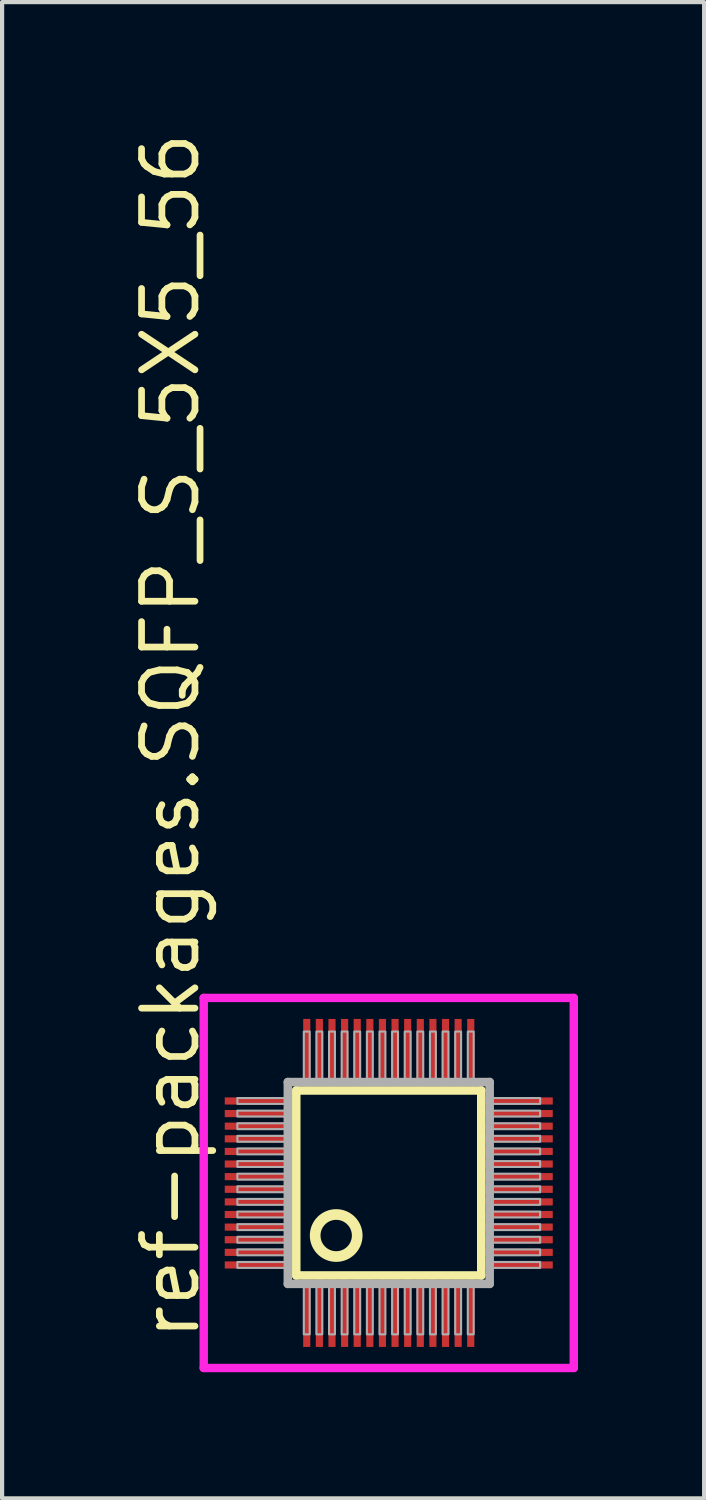
<source format=kicad_pcb>
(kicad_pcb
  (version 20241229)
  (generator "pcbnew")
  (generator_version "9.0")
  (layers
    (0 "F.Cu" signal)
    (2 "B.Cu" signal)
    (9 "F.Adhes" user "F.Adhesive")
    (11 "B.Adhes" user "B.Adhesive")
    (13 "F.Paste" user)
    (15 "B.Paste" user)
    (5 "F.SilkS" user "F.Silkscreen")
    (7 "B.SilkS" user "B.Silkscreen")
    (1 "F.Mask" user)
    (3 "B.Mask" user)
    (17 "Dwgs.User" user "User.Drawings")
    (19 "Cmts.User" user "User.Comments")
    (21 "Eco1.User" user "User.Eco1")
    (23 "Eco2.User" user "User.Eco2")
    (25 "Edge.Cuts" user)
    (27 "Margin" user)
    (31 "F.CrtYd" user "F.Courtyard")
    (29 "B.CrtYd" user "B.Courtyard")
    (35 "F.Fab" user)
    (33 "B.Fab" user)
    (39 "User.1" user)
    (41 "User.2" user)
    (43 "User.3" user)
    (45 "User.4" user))
  (footprint "ref-packages.SQFP_S_5X5_56"
    (layer "F.Cu")
    (at 6.195 25.082)
    (property "Reference" "ref-packages.SQFP_S_5X5_56" (at -4.445 3.81 90) (layer "F.SilkS") (effects (font (size 1.27 1.27) (thickness 0.16)) (justify left bottom)))
    (attr smd)
    (fp_line (start -2.2 -2.2) (end 2.2 -2.2) (stroke (width 0.203) (type default)) (layer "F.SilkS"))
    (fp_line (start -2.2 2.2) (end -2.2 -2.2) (stroke (width 0.203) (type default)) (layer "F.SilkS"))
    (fp_line (start 2.2 -2.2) (end 2.2 2.2) (stroke (width 0.203) (type default)) (layer "F.SilkS"))
    (fp_line (start 2.2 2.2) (end -2.2 2.2) (stroke (width 0.203) (type default)) (layer "F.SilkS"))
    (fp_circle (center -1.25 1.25) (end -0.75 1.25) (stroke (width 0.254) (type default)) (fill no) (layer "F.SilkS"))
    (fp_line (start -4.4 -4.4) (end 4.4 -4.4) (stroke (width 0.2) (type default)) (layer "F.CrtYd"))
    (fp_line (start -4.4 4.4) (end -4.4 -4.4) (stroke (width 0.2) (type default)) (layer "F.CrtYd"))
    (fp_line (start 4.4 -4.4) (end 4.4 4.4) (stroke (width 0.2) (type default)) (layer "F.CrtYd"))
    (fp_line (start 4.4 4.4) (end -4.4 4.4) (stroke (width 0.2) (type default)) (layer "F.CrtYd"))
    (fp_line (start -2.4 -2.4) (end -2.4 2.4) (stroke (width 0.203) (type default)) (layer "F.Fab"))
    (fp_line (start -2.4 2.4) (end 2.4 2.4) (stroke (width 0.203) (type default)) (layer "F.Fab"))
    (fp_line (start 2.4 -2.4) (end -2.4 -2.4) (stroke (width 0.203) (type default)) (layer "F.Fab"))
    (fp_line (start 2.4 2.4) (end 2.4 -2.4) (stroke (width 0.203) (type default)) (layer "F.Fab"))
    (fp_rect (start -3.6 -1.88) (end -2.45 -2.02) (stroke (width 0.05) (type default)) (fill no) (layer "F.Fab"))
    (fp_rect (start -3.6 -1.58) (end -2.45 -1.72) (stroke (width 0.05) (type default)) (fill no) (layer "F.Fab"))
    (fp_rect (start -3.6 -1.28) (end -2.45 -1.42) (stroke (width 0.05) (type default)) (fill no) (layer "F.Fab"))
    (fp_rect (start -3.6 -0.98) (end -2.45 -1.12) (stroke (width 0.05) (type default)) (fill no) (layer "F.Fab"))
    (fp_rect (start -3.6 -0.68) (end -2.45 -0.82) (stroke (width 0.05) (type default)) (fill no) (layer "F.Fab"))
    (fp_rect (start -3.6 -0.38) (end -2.45 -0.52) (stroke (width 0.05) (type default)) (fill no) (layer "F.Fab"))
    (fp_rect (start -3.6 -0.08) (end -2.45 -0.22) (stroke (width 0.05) (type default)) (fill no) (layer "F.Fab"))
    (fp_rect (start -3.6 0.22) (end -2.45 0.08) (stroke (width 0.05) (type default)) (fill no) (layer "F.Fab"))
    (fp_rect (start -3.6 0.52) (end -2.45 0.38) (stroke (width 0.05) (type default)) (fill no) (layer "F.Fab"))
    (fp_rect (start -3.6 0.82) (end -2.45 0.68) (stroke (width 0.05) (type default)) (fill no) (layer "F.Fab"))
    (fp_rect (start -3.6 1.12) (end -2.45 0.98) (stroke (width 0.05) (type default)) (fill no) (layer "F.Fab"))
    (fp_rect (start -3.6 1.42) (end -2.45 1.28) (stroke (width 0.05) (type default)) (fill no) (layer "F.Fab"))
    (fp_rect (start -3.6 1.72) (end -2.45 1.58) (stroke (width 0.05) (type default)) (fill no) (layer "F.Fab"))
    (fp_rect (start -3.6 2.02) (end -2.45 1.88) (stroke (width 0.05) (type default)) (fill no) (layer "F.Fab"))
    (fp_rect (start -2.02 -2.45) (end -1.88 -3.6) (stroke (width 0.05) (type default)) (fill no) (layer "F.Fab"))
    (fp_rect (start -2.02 3.6) (end -1.88 2.45) (stroke (width 0.05) (type default)) (fill no) (layer "F.Fab"))
    (fp_rect (start -1.72 -2.45) (end -1.58 -3.6) (stroke (width 0.05) (type default)) (fill no) (layer "F.Fab"))
    (fp_rect (start -1.72 3.6) (end -1.58 2.45) (stroke (width 0.05) (type default)) (fill no) (layer "F.Fab"))
    (fp_rect (start -1.42 -2.45) (end -1.28 -3.6) (stroke (width 0.05) (type default)) (fill no) (layer "F.Fab"))
    (fp_rect (start -1.42 3.6) (end -1.28 2.45) (stroke (width 0.05) (type default)) (fill no) (layer "F.Fab"))
    (fp_rect (start -1.12 -2.45) (end -0.98 -3.6) (stroke (width 0.05) (type default)) (fill no) (layer "F.Fab"))
    (fp_rect (start -1.12 3.6) (end -0.98 2.45) (stroke (width 0.05) (type default)) (fill no) (layer "F.Fab"))
    (fp_rect (start -0.82 -2.45) (end -0.68 -3.6) (stroke (width 0.05) (type default)) (fill no) (layer "F.Fab"))
    (fp_rect (start -0.82 3.6) (end -0.68 2.45) (stroke (width 0.05) (type default)) (fill no) (layer "F.Fab"))
    (fp_rect (start -0.52 -2.45) (end -0.38 -3.6) (stroke (width 0.05) (type default)) (fill no) (layer "F.Fab"))
    (fp_rect (start -0.52 3.6) (end -0.38 2.45) (stroke (width 0.05) (type default)) (fill no) (layer "F.Fab"))
    (fp_rect (start -0.22 -2.45) (end -0.08 -3.6) (stroke (width 0.05) (type default)) (fill no) (layer "F.Fab"))
    (fp_rect (start -0.22 3.6) (end -0.08 2.45) (stroke (width 0.05) (type default)) (fill no) (layer "F.Fab"))
    (fp_rect (start 0.08 -2.45) (end 0.22 -3.6) (stroke (width 0.05) (type default)) (fill no) (layer "F.Fab"))
    (fp_rect (start 0.08 3.6) (end 0.22 2.45) (stroke (width 0.05) (type default)) (fill no) (layer "F.Fab"))
    (fp_rect (start 0.38 -2.45) (end 0.52 -3.6) (stroke (width 0.05) (type default)) (fill no) (layer "F.Fab"))
    (fp_rect (start 0.38 3.6) (end 0.52 2.45) (stroke (width 0.05) (type default)) (fill no) (layer "F.Fab"))
    (fp_rect (start 0.68 -2.45) (end 0.82 -3.6) (stroke (width 0.05) (type default)) (fill no) (layer "F.Fab"))
    (fp_rect (start 0.68 3.6) (end 0.82 2.45) (stroke (width 0.05) (type default)) (fill no) (layer "F.Fab"))
    (fp_rect (start 0.98 -2.45) (end 1.12 -3.6) (stroke (width 0.05) (type default)) (fill no) (layer "F.Fab"))
    (fp_rect (start 0.98 3.6) (end 1.12 2.45) (stroke (width 0.05) (type default)) (fill no) (layer "F.Fab"))
    (fp_rect (start 1.28 -2.45) (end 1.42 -3.6) (stroke (width 0.05) (type default)) (fill no) (layer "F.Fab"))
    (fp_rect (start 1.28 3.6) (end 1.42 2.45) (stroke (width 0.05) (type default)) (fill no) (layer "F.Fab"))
    (fp_rect (start 1.58 -2.45) (end 1.72 -3.6) (stroke (width 0.05) (type default)) (fill no) (layer "F.Fab"))
    (fp_rect (start 1.58 3.6) (end 1.72 2.45) (stroke (width 0.05) (type default)) (fill no) (layer "F.Fab"))
    (fp_rect (start 1.88 -2.45) (end 2.02 -3.6) (stroke (width 0.05) (type default)) (fill no) (layer "F.Fab"))
    (fp_rect (start 1.88 3.6) (end 2.02 2.45) (stroke (width 0.05) (type default)) (fill no) (layer "F.Fab"))
    (fp_rect (start 2.45 -1.88) (end 3.6 -2.02) (stroke (width 0.05) (type default)) (fill no) (layer "F.Fab"))
    (fp_rect (start 2.45 -1.58) (end 3.6 -1.72) (stroke (width 0.05) (type default)) (fill no) (layer "F.Fab"))
    (fp_rect (start 2.45 -1.28) (end 3.6 -1.42) (stroke (width 0.05) (type default)) (fill no) (layer "F.Fab"))
    (fp_rect (start 2.45 -0.98) (end 3.6 -1.12) (stroke (width 0.05) (type default)) (fill no) (layer "F.Fab"))
    (fp_rect (start 2.45 -0.68) (end 3.6 -0.82) (stroke (width 0.05) (type default)) (fill no) (layer "F.Fab"))
    (fp_rect (start 2.45 -0.38) (end 3.6 -0.52) (stroke (width 0.05) (type default)) (fill no) (layer "F.Fab"))
    (fp_rect (start 2.45 -0.08) (end 3.6 -0.22) (stroke (width 0.05) (type default)) (fill no) (layer "F.Fab"))
    (fp_rect (start 2.45 0.22) (end 3.6 0.08) (stroke (width 0.05) (type default)) (fill no) (layer "F.Fab"))
    (fp_rect (start 2.45 0.52) (end 3.6 0.38) (stroke (width 0.05) (type default)) (fill no) (layer "F.Fab"))
    (fp_rect (start 2.45 0.82) (end 3.6 0.68) (stroke (width 0.05) (type default)) (fill no) (layer "F.Fab"))
    (fp_rect (start 2.45 1.12) (end 3.6 0.98) (stroke (width 0.05) (type default)) (fill no) (layer "F.Fab"))
    (fp_rect (start 2.45 1.42) (end 3.6 1.28) (stroke (width 0.05) (type default)) (fill no) (layer "F.Fab"))
    (fp_rect (start 2.45 1.72) (end 3.6 1.58) (stroke (width 0.05) (type default)) (fill no) (layer "F.Fab"))
    (fp_rect (start 2.45 2.02) (end 3.6 1.88) (stroke (width 0.05) (type default)) (fill no) (layer "F.Fab"))
    (pad "1" smd roundrect (at -1.95 3.1) (size 0.17 1.6) (layers "F.Cu" "F.Mask" "F.Paste") (roundrect_rratio 0.01))
    (pad "2" smd roundrect (at -1.65 3.1) (size 0.17 1.6) (layers "F.Cu" "F.Mask" "F.Paste") (roundrect_rratio 0.01))
    (pad "3" smd roundrect (at -1.35 3.1) (size 0.17 1.6) (layers "F.Cu" "F.Mask" "F.Paste") (roundrect_rratio 0.01))
    (pad "4" smd roundrect (at -1.05 3.1) (size 0.17 1.6) (layers "F.Cu" "F.Mask" "F.Paste") (roundrect_rratio 0.01))
    (pad "5" smd roundrect (at -0.75 3.1) (size 0.17 1.6) (layers "F.Cu" "F.Mask" "F.Paste") (roundrect_rratio 0.01))
    (pad "6" smd roundrect (at -0.45 3.1) (size 0.17 1.6) (layers "F.Cu" "F.Mask" "F.Paste") (roundrect_rratio 0.01))
    (pad "7" smd roundrect (at -0.15 3.1) (size 0.17 1.6) (layers "F.Cu" "F.Mask" "F.Paste") (roundrect_rratio 0.01))
    (pad "8" smd roundrect (at 0.15 3.1) (size 0.17 1.6) (layers "F.Cu" "F.Mask" "F.Paste") (roundrect_rratio 0.01))
    (pad "9" smd roundrect (at 0.45 3.1) (size 0.17 1.6) (layers "F.Cu" "F.Mask" "F.Paste") (roundrect_rratio 0.01))
    (pad "10" smd roundrect (at 0.75 3.1) (size 0.17 1.6) (layers "F.Cu" "F.Mask" "F.Paste") (roundrect_rratio 0.01))
    (pad "11" smd roundrect (at 1.05 3.1) (size 0.17 1.6) (layers "F.Cu" "F.Mask" "F.Paste") (roundrect_rratio 0.01))
    (pad "12" smd roundrect (at 1.35 3.1) (size 0.17 1.6) (layers "F.Cu" "F.Mask" "F.Paste") (roundrect_rratio 0.01))
    (pad "13" smd roundrect (at 1.65 3.1) (size 0.17 1.6) (layers "F.Cu" "F.Mask" "F.Paste") (roundrect_rratio 0.01))
    (pad "14" smd roundrect (at 1.95 3.1) (size 0.17 1.6) (layers "F.Cu" "F.Mask" "F.Paste") (roundrect_rratio 0.01))
    (pad "15" smd roundrect (at 3.1 1.95) (size 1.6 0.17) (layers "F.Cu" "F.Mask" "F.Paste") (roundrect_rratio 0.01))
    (pad "16" smd roundrect (at 3.1 1.65) (size 1.6 0.17) (layers "F.Cu" "F.Mask" "F.Paste") (roundrect_rratio 0.01))
    (pad "17" smd roundrect (at 3.1 1.35) (size 1.6 0.17) (layers "F.Cu" "F.Mask" "F.Paste") (roundrect_rratio 0.01))
    (pad "18" smd roundrect (at 3.1 1.05) (size 1.6 0.17) (layers "F.Cu" "F.Mask" "F.Paste") (roundrect_rratio 0.01))
    (pad "19" smd roundrect (at 3.1 0.75) (size 1.6 0.17) (layers "F.Cu" "F.Mask" "F.Paste") (roundrect_rratio 0.01))
    (pad "20" smd roundrect (at 3.1 0.45) (size 1.6 0.17) (layers "F.Cu" "F.Mask" "F.Paste") (roundrect_rratio 0.01))
    (pad "21" smd roundrect (at 3.1 0.15) (size 1.6 0.17) (layers "F.Cu" "F.Mask" "F.Paste") (roundrect_rratio 0.01))
    (pad "22" smd roundrect (at 3.1 -0.15) (size 1.6 0.17) (layers "F.Cu" "F.Mask" "F.Paste") (roundrect_rratio 0.01))
    (pad "23" smd roundrect (at 3.1 -0.45) (size 1.6 0.17) (layers "F.Cu" "F.Mask" "F.Paste") (roundrect_rratio 0.01))
    (pad "24" smd roundrect (at 3.1 -0.75) (size 1.6 0.17) (layers "F.Cu" "F.Mask" "F.Paste") (roundrect_rratio 0.01))
    (pad "25" smd roundrect (at 3.1 -1.05) (size 1.6 0.17) (layers "F.Cu" "F.Mask" "F.Paste") (roundrect_rratio 0.01))
    (pad "26" smd roundrect (at 3.1 -1.35) (size 1.6 0.17) (layers "F.Cu" "F.Mask" "F.Paste") (roundrect_rratio 0.01))
    (pad "27" smd roundrect (at 3.1 -1.65) (size 1.6 0.17) (layers "F.Cu" "F.Mask" "F.Paste") (roundrect_rratio 0.01))
    (pad "28" smd roundrect (at 3.1 -1.95) (size 1.6 0.17) (layers "F.Cu" "F.Mask" "F.Paste") (roundrect_rratio 0.01))
    (pad "29" smd roundrect (at 1.95 -3.1) (size 0.17 1.6) (layers "F.Cu" "F.Mask" "F.Paste") (roundrect_rratio 0.01))
    (pad "30" smd roundrect (at 1.65 -3.1) (size 0.17 1.6) (layers "F.Cu" "F.Mask" "F.Paste") (roundrect_rratio 0.01))
    (pad "31" smd roundrect (at 1.35 -3.1) (size 0.17 1.6) (layers "F.Cu" "F.Mask" "F.Paste") (roundrect_rratio 0.01))
    (pad "32" smd roundrect (at 1.05 -3.1) (size 0.17 1.6) (layers "F.Cu" "F.Mask" "F.Paste") (roundrect_rratio 0.01))
    (pad "33" smd roundrect (at 0.75 -3.1) (size 0.17 1.6) (layers "F.Cu" "F.Mask" "F.Paste") (roundrect_rratio 0.01))
    (pad "34" smd roundrect (at 0.45 -3.1) (size 0.17 1.6) (layers "F.Cu" "F.Mask" "F.Paste") (roundrect_rratio 0.01))
    (pad "35" smd roundrect (at 0.15 -3.1) (size 0.17 1.6) (layers "F.Cu" "F.Mask" "F.Paste") (roundrect_rratio 0.01))
    (pad "36" smd roundrect (at -0.15 -3.1) (size 0.17 1.6) (layers "F.Cu" "F.Mask" "F.Paste") (roundrect_rratio 0.01))
    (pad "37" smd roundrect (at -0.45 -3.1) (size 0.17 1.6) (layers "F.Cu" "F.Mask" "F.Paste") (roundrect_rratio 0.01))
    (pad "38" smd roundrect (at -0.75 -3.1) (size 0.17 1.6) (layers "F.Cu" "F.Mask" "F.Paste") (roundrect_rratio 0.01))
    (pad "39" smd roundrect (at -1.05 -3.1) (size 0.17 1.6) (layers "F.Cu" "F.Mask" "F.Paste") (roundrect_rratio 0.01))
    (pad "40" smd roundrect (at -1.35 -3.1) (size 0.17 1.6) (layers "F.Cu" "F.Mask" "F.Paste") (roundrect_rratio 0.01))
    (pad "41" smd roundrect (at -1.65 -3.1) (size 0.17 1.6) (layers "F.Cu" "F.Mask" "F.Paste") (roundrect_rratio 0.01))
    (pad "42" smd roundrect (at -1.95 -3.1) (size 0.17 1.6) (layers "F.Cu" "F.Mask" "F.Paste") (roundrect_rratio 0.01))
    (pad "43" smd roundrect (at -3.1 -1.95) (size 1.6 0.17) (layers "F.Cu" "F.Mask" "F.Paste") (roundrect_rratio 0.01))
    (pad "44" smd roundrect (at -3.1 -1.65) (size 1.6 0.17) (layers "F.Cu" "F.Mask" "F.Paste") (roundrect_rratio 0.01))
    (pad "45" smd roundrect (at -3.1 -1.35) (size 1.6 0.17) (layers "F.Cu" "F.Mask" "F.Paste") (roundrect_rratio 0.01))
    (pad "46" smd roundrect (at -3.1 -1.05) (size 1.6 0.17) (layers "F.Cu" "F.Mask" "F.Paste") (roundrect_rratio 0.01))
    (pad "47" smd roundrect (at -3.1 -0.75) (size 1.6 0.17) (layers "F.Cu" "F.Mask" "F.Paste") (roundrect_rratio 0.01))
    (pad "48" smd roundrect (at -3.1 -0.45) (size 1.6 0.17) (layers "F.Cu" "F.Mask" "F.Paste") (roundrect_rratio 0.01))
    (pad "49" smd roundrect (at -3.1 -0.15) (size 1.6 0.17) (layers "F.Cu" "F.Mask" "F.Paste") (roundrect_rratio 0.01))
    (pad "50" smd roundrect (at -3.1 0.15) (size 1.6 0.17) (layers "F.Cu" "F.Mask" "F.Paste") (roundrect_rratio 0.01))
    (pad "51" smd roundrect (at -3.1 0.45) (size 1.6 0.17) (layers "F.Cu" "F.Mask" "F.Paste") (roundrect_rratio 0.01))
    (pad "52" smd roundrect (at -3.1 0.75) (size 1.6 0.17) (layers "F.Cu" "F.Mask" "F.Paste") (roundrect_rratio 0.01))
    (pad "53" smd roundrect (at -3.1 1.05) (size 1.6 0.17) (layers "F.Cu" "F.Mask" "F.Paste") (roundrect_rratio 0.01))
    (pad "54" smd roundrect (at -3.1 1.35) (size 1.6 0.17) (layers "F.Cu" "F.Mask" "F.Paste") (roundrect_rratio 0.01))
    (pad "55" smd roundrect (at -3.1 1.65) (size 1.6 0.17) (layers "F.Cu" "F.Mask" "F.Paste") (roundrect_rratio 0.01))
    (pad "56" smd roundrect (at -3.1 1.95) (size 1.6 0.17) (layers "F.Cu" "F.Mask" "F.Paste") (roundrect_rratio 0.01)))
  (gr_rect
    (start -3 -3)
    (end 13.695 32.582)
    (stroke (width 0.1) (type default))
    (fill no)
    (layer "Edge.Cuts")))
</source>
